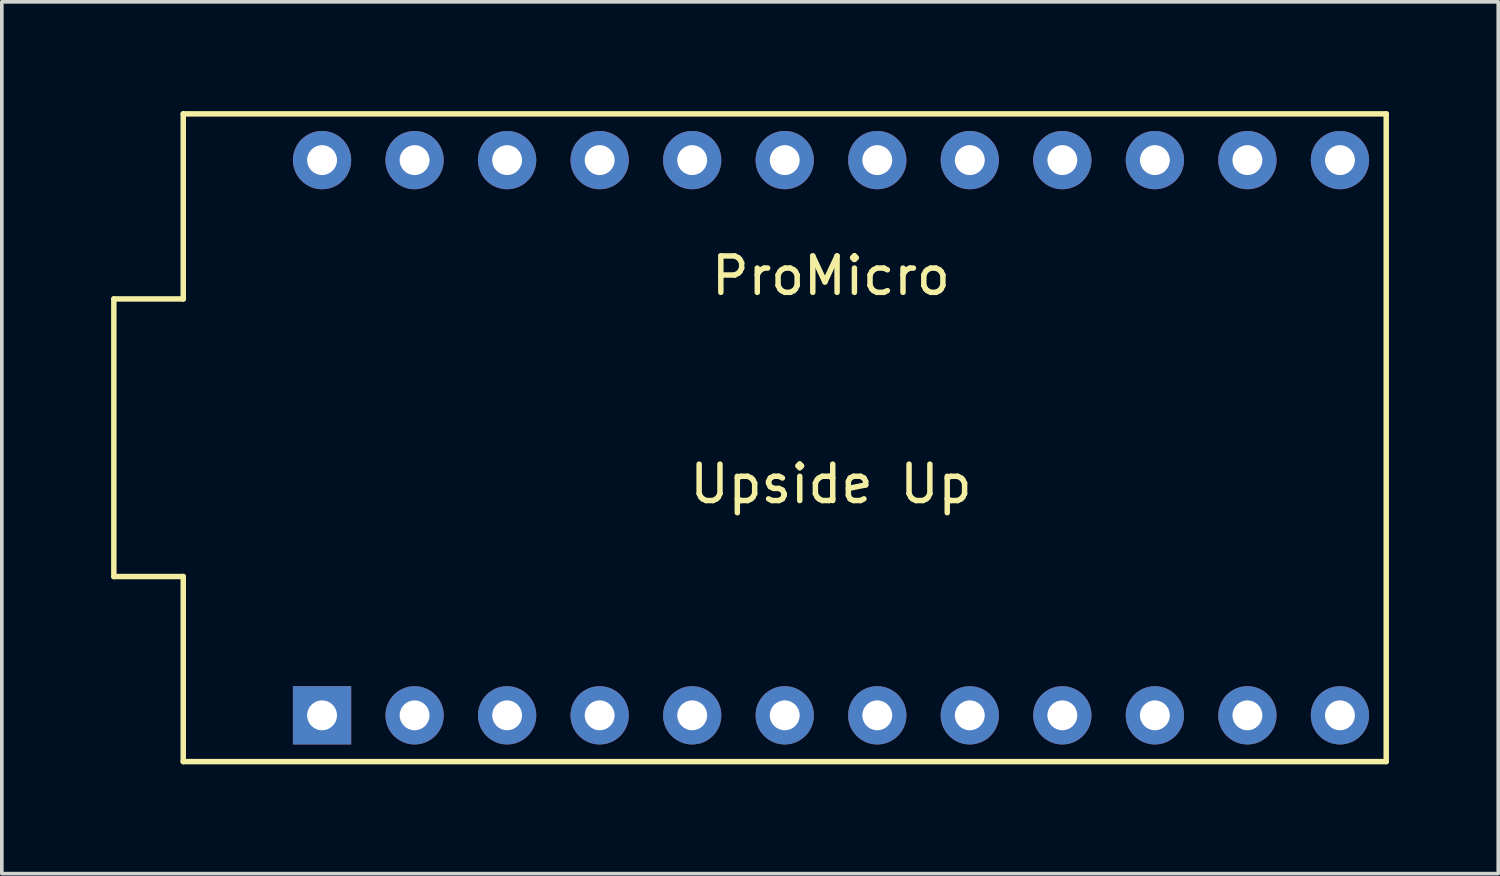
<source format=kicad_pcb>
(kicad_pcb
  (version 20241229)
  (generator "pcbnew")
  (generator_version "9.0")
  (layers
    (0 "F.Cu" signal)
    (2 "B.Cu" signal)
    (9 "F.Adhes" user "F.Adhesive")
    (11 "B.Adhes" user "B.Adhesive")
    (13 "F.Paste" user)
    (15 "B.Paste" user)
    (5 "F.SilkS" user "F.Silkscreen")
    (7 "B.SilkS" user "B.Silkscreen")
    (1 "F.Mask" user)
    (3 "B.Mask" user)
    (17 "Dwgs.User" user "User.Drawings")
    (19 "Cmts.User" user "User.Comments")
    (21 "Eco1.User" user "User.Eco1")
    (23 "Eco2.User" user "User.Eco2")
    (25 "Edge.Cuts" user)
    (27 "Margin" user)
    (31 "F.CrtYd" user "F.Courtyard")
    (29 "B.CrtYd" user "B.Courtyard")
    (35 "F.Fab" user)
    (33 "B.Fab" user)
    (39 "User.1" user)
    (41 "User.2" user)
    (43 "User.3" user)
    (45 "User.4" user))
  (footprint "ProMicro"
    (layer "F.Cu")
    (at 19.76 8.965)
    (property "Reference" "ProMicro" (at 0 -4.445 0) (layer "F.SilkS") (effects (font (size 1 1) (thickness 0.15))))
    (attr through_hole)
    (fp_line (start -19.685 -3.81) (end -17.78 -3.81) (stroke (width 0.15) (type solid)) (layer "F.SilkS"))
    (fp_line (start -19.685 3.81) (end -19.685 -3.81) (stroke (width 0.15) (type solid)) (layer "F.SilkS"))
    (fp_line (start -17.78 -8.89) (end 15.24 -8.89) (stroke (width 0.15) (type solid)) (layer "F.SilkS"))
    (fp_line (start -17.78 -3.81) (end -17.78 -8.89) (stroke (width 0.15) (type solid)) (layer "F.SilkS"))
    (fp_line (start -17.78 3.81) (end -19.685 3.81) (stroke (width 0.15) (type solid)) (layer "F.SilkS"))
    (fp_line (start -17.78 8.89) (end -17.78 3.81) (stroke (width 0.15) (type solid)) (layer "F.SilkS"))
    (fp_line (start -17.78 8.89) (end 15.24 8.89) (stroke (width 0.15) (type solid)) (layer "F.SilkS"))
    (fp_line (start 15.24 -8.89) (end 15.24 8.89) (stroke (width 0.15) (type solid)) (layer "F.SilkS"))
    (fp_text user "Upside Up" (at 0 1.27 0) (layer "F.SilkS") (effects (font (size 1 1) (thickness 0.15))))
    (pad "1" thru_hole rect (at -13.97 7.62) (size 1.6 1.6) (drill 0.82) (layers "*.Cu" "*.Mask"))
    (pad "2" thru_hole circle (at -11.43 7.62) (size 1.6 1.6) (drill 0.82) (layers "*.Cu" "*.Mask"))
    (pad "3" thru_hole circle (at -8.89 7.62) (size 1.6 1.6) (drill 0.82) (layers "*.Cu" "*.Mask"))
    (pad "4" thru_hole circle (at -6.35 7.62) (size 1.6 1.6) (drill 0.82) (layers "*.Cu" "*.Mask"))
    (pad "5" thru_hole circle (at -3.81 7.62) (size 1.6 1.6) (drill 0.82) (layers "*.Cu" "*.Mask"))
    (pad "6" thru_hole circle (at -1.27 7.62) (size 1.6 1.6) (drill 0.82) (layers "*.Cu" "*.Mask"))
    (pad "7" thru_hole circle (at 1.27 7.62) (size 1.6 1.6) (drill 0.82) (layers "*.Cu" "*.Mask"))
    (pad "8" thru_hole circle (at 3.81 7.62) (size 1.6 1.6) (drill 0.82) (layers "*.Cu" "*.Mask"))
    (pad "9" thru_hole circle (at 6.35 7.62) (size 1.6 1.6) (drill 0.82) (layers "*.Cu" "*.Mask"))
    (pad "10" thru_hole circle (at 8.89 7.62) (size 1.6 1.6) (drill 0.82) (layers "*.Cu" "*.Mask"))
    (pad "11" thru_hole circle (at 11.43 7.62) (size 1.6 1.6) (drill 0.82) (layers "*.Cu" "*.Mask"))
    (pad "12" thru_hole circle (at 13.97 7.62) (size 1.6 1.6) (drill 0.82) (layers "*.Cu" "*.Mask"))
    (pad "13" thru_hole circle (at 13.97 -7.62) (size 1.6 1.6) (drill 0.82) (layers "*.Cu" "*.Mask"))
    (pad "14" thru_hole circle (at 11.43 -7.62) (size 1.6 1.6) (drill 0.82) (layers "*.Cu" "*.Mask"))
    (pad "15" thru_hole circle (at 8.89 -7.62) (size 1.6 1.6) (drill 0.82) (layers "*.Cu" "*.Mask"))
    (pad "16" thru_hole circle (at 6.35 -7.62) (size 1.6 1.6) (drill 0.82) (layers "*.Cu" "*.Mask"))
    (pad "17" thru_hole circle (at 3.81 -7.62) (size 1.6 1.6) (drill 0.82) (layers "*.Cu" "*.Mask"))
    (pad "18" thru_hole circle (at 1.27 -7.62) (size 1.6 1.6) (drill 0.82) (layers "*.Cu" "*.Mask"))
    (pad "19" thru_hole circle (at -1.27 -7.62) (size 1.6 1.6) (drill 0.82) (layers "*.Cu" "*.Mask"))
    (pad "20" thru_hole circle (at -3.81 -7.62) (size 1.6 1.6) (drill 0.82) (layers "*.Cu" "*.Mask"))
    (pad "21" thru_hole circle (at -6.35 -7.62) (size 1.6 1.6) (drill 0.82) (layers "*.Cu" "*.Mask"))
    (pad "22" thru_hole circle (at -8.89 -7.62) (size 1.6 1.6) (drill 0.82) (layers "*.Cu" "*.Mask"))
    (pad "23" thru_hole circle (at -11.43 -7.62) (size 1.6 1.6) (drill 0.82) (layers "*.Cu" "*.Mask"))
    (pad "24" thru_hole circle (at -13.97 -7.62) (size 1.6 1.6) (drill 0.82) (layers "*.Cu" "*.Mask")))
  (gr_rect
    (start -3 -3)
    (end 38.075 20.93)
    (stroke (width 0.1) (type default))
    (fill no)
    (layer "Edge.Cuts")))
</source>
